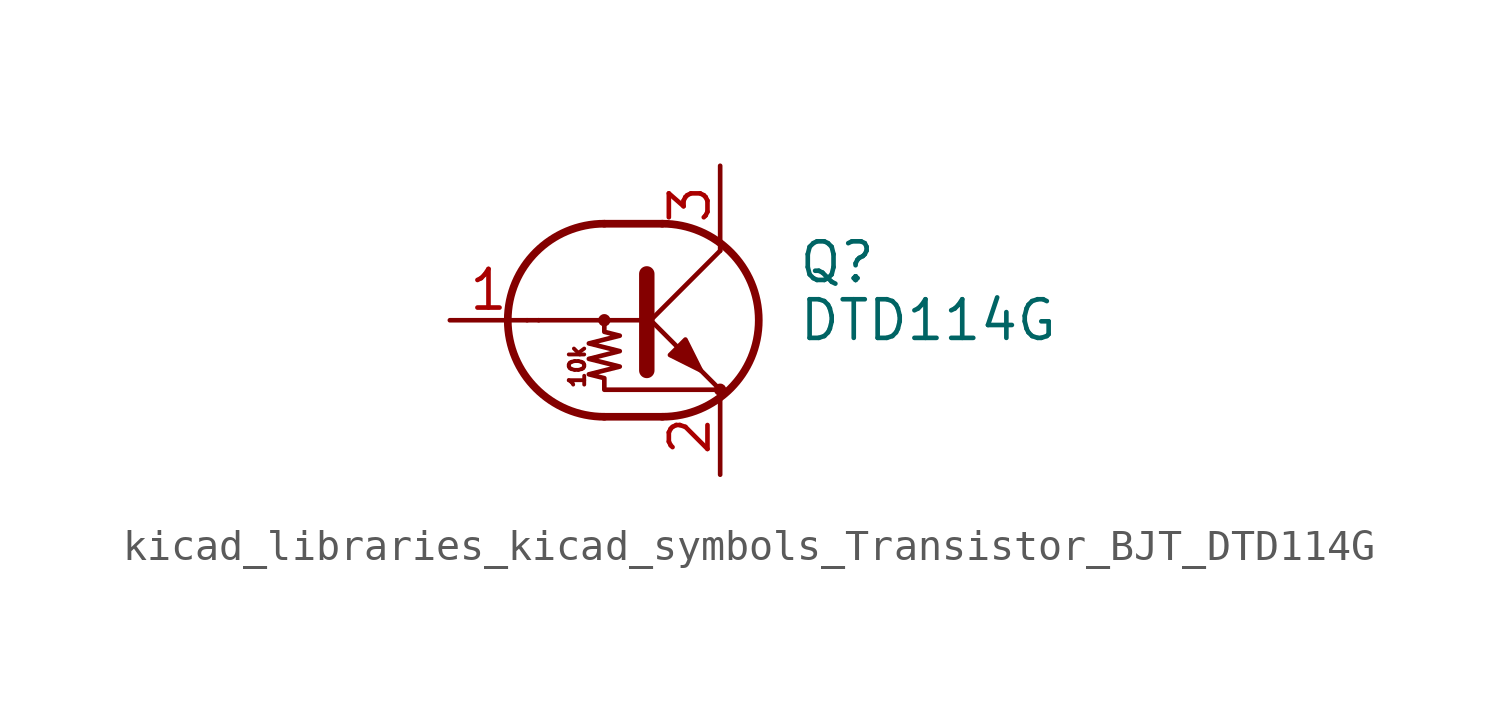
<source format=kicad_sym>
(kicad_symbol_lib
  (version 20220914)
  (generator kicad_symbol_editor)
  (symbol "kicad_libraries_kicad_symbols_Transistor_BJT_DTD114G"
    (pin_names
      (offset 0) hide)
    (property "Reference" "Q"
      (at 5.08 1.905 0)
      (effects (font (size 1.27 1.27)) (justify left)))
    (property "Value" "DTD114G"
      (at 5.08 0 0)
      (effects (font (size 1.27 1.27)) (justify left)))
    (symbol "kicad_libraries_kicad_symbols_Transistor_BJT_DTD114G_0_0"
      (polyline (pts (xy -3.429 0) (xy 0 0)) (stroke (width 0) (type default)) (fill (type none)))
      (text "10k" (at -2.159 -1.524 900) (effects (font (size 0.508 0.508)))))
    (symbol "kicad_libraries_kicad_symbols_Transistor_BJT_DTD114G_0_1"
      (circle (center -1.27 0) (radius 0.127) (stroke (width 0) (type default)) (fill (type none)))
      (arc (start -1.27 3.175) (mid -4.4312 0) (end -1.27 -3.175) (stroke (width 0.254) (type default)) (fill (type none)))
      (polyline (pts (xy -3.429 0) (xy -3.81 0)) (stroke (width 0) (type default)) (fill (type none)))
      (polyline (pts (xy -1.27 -3.175) (xy 0.635 -3.175)) (stroke (width 0.254) (type default)) (fill (type none)))
      (polyline (pts (xy -1.27 3.175) (xy 0.635 3.175)) (stroke (width 0.254) (type default)) (fill (type none)))
      (polyline (pts (xy 0 -0.254) (xy 2.54 2.286)) (stroke (width 0) (type default)) (fill (type none)))
      (polyline (pts (xy 0.127 1.524) (xy 0.127 -1.651)) (stroke (width 0.508) (type default)) (fill (type outline)))
      (polyline (pts (xy 2.54 2.286) (xy 2.54 2.54)) (stroke (width 0) (type default)) (fill (type none)))
      (polyline (pts (xy 2.54 -2.286) (xy 0 0.254) (xy 0 0.254)) (stroke (width 0) (type default)) (fill (type none)))
      (polyline (pts (xy 0.889 -1.143) (xy 1.397 -0.635) (xy 1.905 -1.651) (xy 0.889 -1.143)) (stroke (width 0) (type default)) (fill (type outline)))
      (polyline (pts (xy -1.27 0) (xy -1.27 -0.381) (xy -0.762 -0.508) (xy -1.778 -0.762) (xy -0.762 -1.016) (xy -1.778 -1.27) (xy -0.762 -1.524) (xy -1.778 -1.778) (xy -1.27 -1.905) (xy -1.27 -2.286) (xy 2.54 -2.286)) (stroke (width 0) (type default)) (fill (type none)))
      (arc (start 0.635 -3.175) (mid 3.7962 0) (end 0.635 3.175) (stroke (width 0.254) (type default)) (fill (type none)))
      (circle (center 2.54 -2.286) (radius 0.127) (stroke (width 0) (type default)) (fill (type none))))
    (symbol "kicad_libraries_kicad_symbols_Transistor_BJT_DTD114G_1_1"
      (pin input line (at -6.35 0 0) (length 2.54) (name "B" (effects (font (size 1.27 1.27)))) (number "1" (effects (font (size 1.27 1.27)))))
      (pin passive line (at 2.54 -5.08 90) (length 2.54) (name "E" (effects (font (size 1.27 1.27)))) (number "2" (effects (font (size 1.27 1.27)))))
      (pin passive line (at 2.54 5.08 270) (length 2.54) (name "C" (effects (font (size 1.27 1.27)))) (number "3" (effects (font (size 1.27 1.27))))))))
</source>
